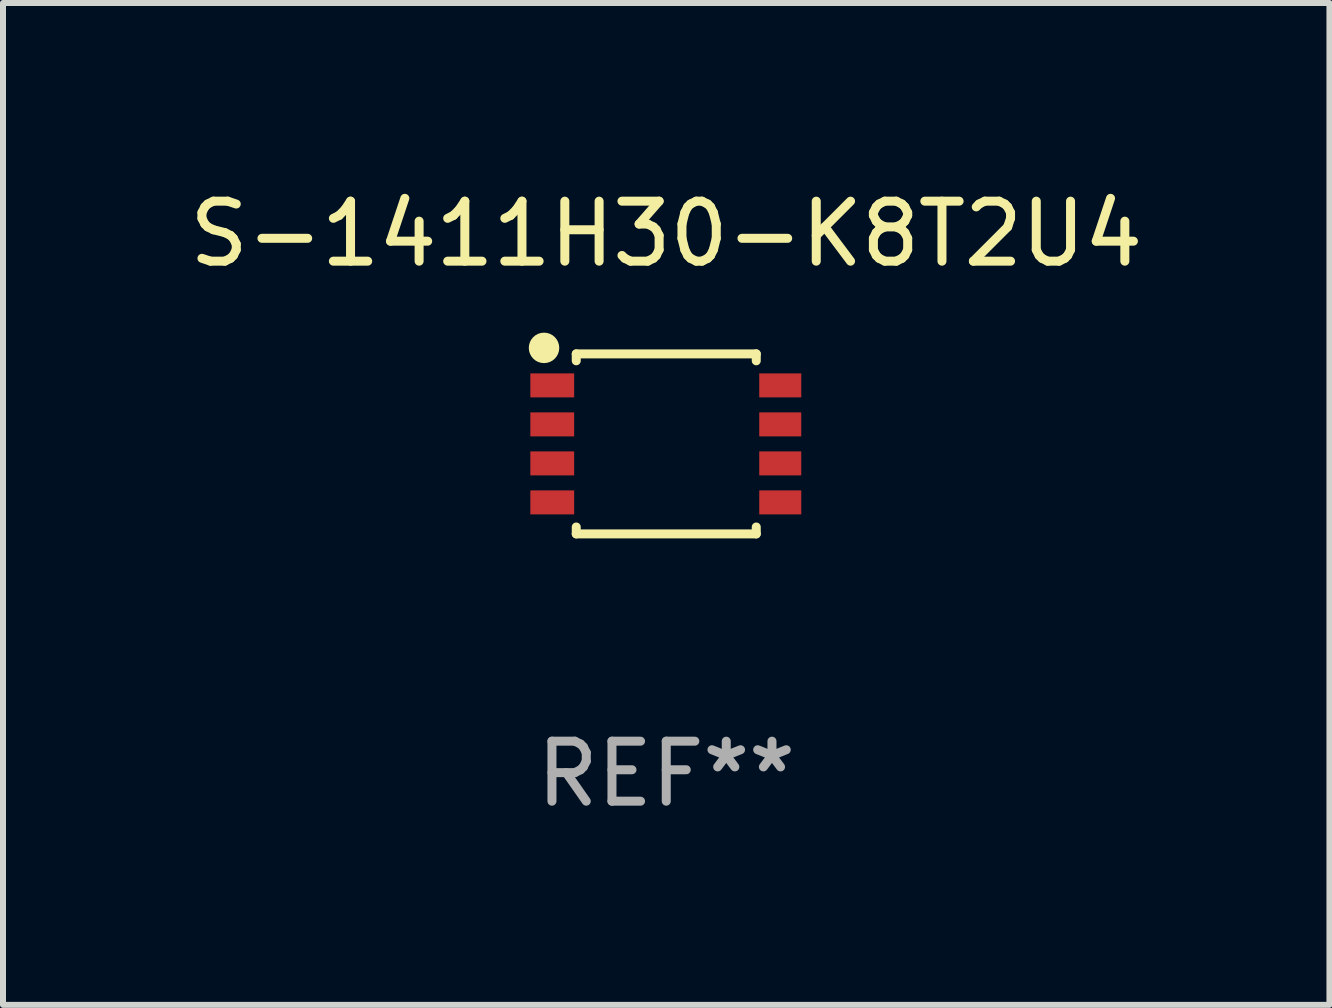
<source format=kicad_pcb>
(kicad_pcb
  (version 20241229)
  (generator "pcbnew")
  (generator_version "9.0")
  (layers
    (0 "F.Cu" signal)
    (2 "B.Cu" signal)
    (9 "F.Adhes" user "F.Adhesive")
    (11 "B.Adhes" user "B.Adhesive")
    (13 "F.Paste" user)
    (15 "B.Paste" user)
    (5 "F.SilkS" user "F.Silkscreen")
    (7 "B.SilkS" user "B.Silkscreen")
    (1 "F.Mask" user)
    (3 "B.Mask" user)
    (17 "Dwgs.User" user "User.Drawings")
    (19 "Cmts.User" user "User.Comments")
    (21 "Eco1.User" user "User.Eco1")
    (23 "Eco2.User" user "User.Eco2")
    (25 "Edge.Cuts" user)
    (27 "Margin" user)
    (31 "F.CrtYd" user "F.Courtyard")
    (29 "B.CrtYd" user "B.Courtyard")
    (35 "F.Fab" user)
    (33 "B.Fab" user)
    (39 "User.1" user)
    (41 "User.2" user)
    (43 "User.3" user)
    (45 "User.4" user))
  (footprint "S-1411H30-K8T2U4"
    (layer "F.Cu")
    (at 8.054 4.348)
    (property "Reference" "S-1411H30-K8T2U4" (at 0 -3.5 0) (layer "F.SilkS") (effects (font (size 1 1) (thickness 0.15))))
    (attr through_hole)
    (fp_line (start -1.5 -1.5) (end 1.5 -1.5) (stroke (width 0.15) (type solid)) (layer "F.SilkS"))
    (fp_line (start -1.5 -1.385) (end -1.5 -1.5) (stroke (width 0.15) (type solid)) (layer "F.SilkS"))
    (fp_line (start -1.5 1.5) (end -1.5 1.385) (stroke (width 0.15) (type solid)) (layer "F.SilkS"))
    (fp_line (start 1.5 -1.5) (end 1.5 -1.385) (stroke (width 0.15) (type solid)) (layer "F.SilkS"))
    (fp_line (start 1.5 1.385) (end 1.5 1.5) (stroke (width 0.15) (type solid)) (layer "F.SilkS"))
    (fp_line (start 1.5 1.5) (end -1.5 1.5) (stroke (width 0.15) (type solid)) (layer "F.SilkS"))
    (fp_circle (center -2.037 -1.6) (end -1.91 -1.6) (stroke (width 0.254) (type solid)) (fill no) (layer "F.SilkS"))
    (fp_text user "REF**" (at 0 5.5 0) (layer "F.Fab") (effects (font (size 1 1) (thickness 0.15))))
    (pad "1" smd rect (at -1.9 -0.975 180) (size 0.73 0.4) (layers "F.Cu" "F.Mask" "F.Paste"))
    (pad "2" smd rect (at -1.9 -0.325 180) (size 0.73 0.4) (layers "F.Cu" "F.Mask" "F.Paste"))
    (pad "3" smd rect (at -1.9 0.325 180) (size 0.73 0.4) (layers "F.Cu" "F.Mask" "F.Paste"))
    (pad "4" smd rect (at -1.9 0.975 180) (size 0.73 0.4) (layers "F.Cu" "F.Mask" "F.Paste"))
    (pad "5" smd rect (at 1.9 0.975 180) (size 0.7 0.4) (layers "F.Cu" "F.Mask" "F.Paste"))
    (pad "6" smd rect (at 1.9 0.325 180) (size 0.7 0.4) (layers "F.Cu" "F.Mask" "F.Paste"))
    (pad "7" smd rect (at 1.9 -0.325 180) (size 0.7 0.4) (layers "F.Cu" "F.Mask" "F.Paste"))
    (pad "8" smd rect (at 1.9 -0.975 180) (size 0.7 0.4) (layers "F.Cu" "F.Mask" "F.Paste")))
  (gr_rect
    (start -3 -3)
    (end 19.107 13.697)
    (stroke (width 0.1) (type default))
    (fill no)
    (layer "Edge.Cuts")))
</source>
